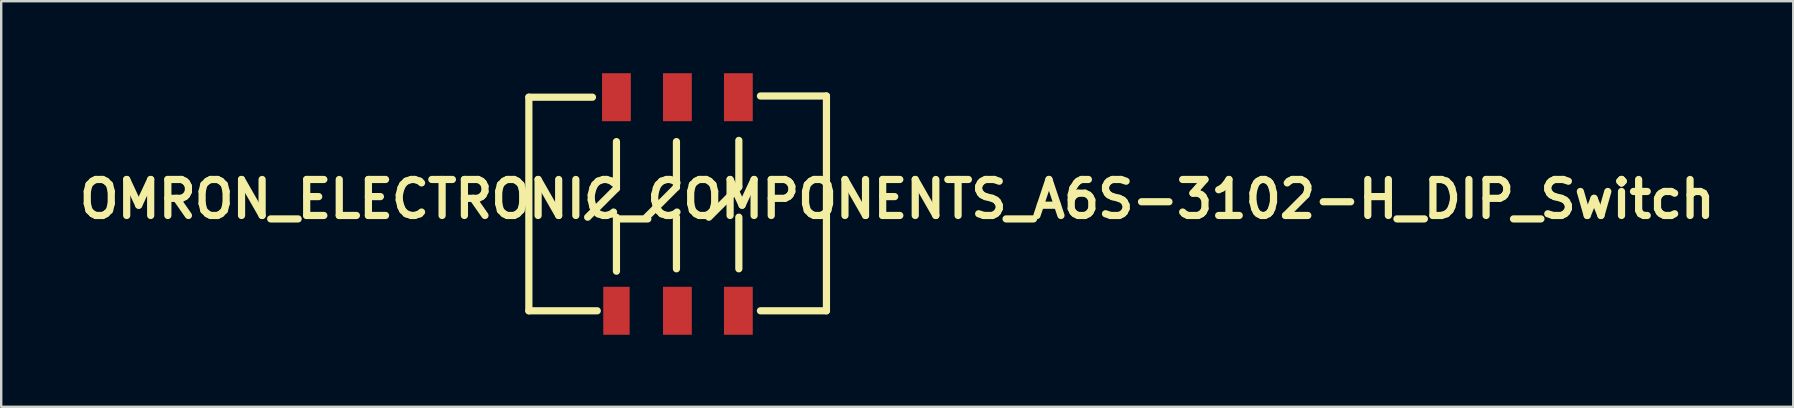
<source format=kicad_pcb>
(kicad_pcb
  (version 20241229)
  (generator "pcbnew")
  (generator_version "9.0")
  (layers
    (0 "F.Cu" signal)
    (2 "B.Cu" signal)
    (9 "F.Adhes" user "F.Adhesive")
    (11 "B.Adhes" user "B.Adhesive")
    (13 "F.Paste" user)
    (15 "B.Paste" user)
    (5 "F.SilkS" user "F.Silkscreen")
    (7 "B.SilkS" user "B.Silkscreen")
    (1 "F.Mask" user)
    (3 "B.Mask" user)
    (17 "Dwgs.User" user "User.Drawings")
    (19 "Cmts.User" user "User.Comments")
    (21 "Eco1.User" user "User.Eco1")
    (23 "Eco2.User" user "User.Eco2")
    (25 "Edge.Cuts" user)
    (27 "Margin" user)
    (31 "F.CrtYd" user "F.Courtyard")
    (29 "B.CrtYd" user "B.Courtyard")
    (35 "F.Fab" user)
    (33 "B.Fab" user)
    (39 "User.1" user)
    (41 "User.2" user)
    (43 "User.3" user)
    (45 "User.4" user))
  (footprint "OMRON_ELECTRONIC_COMPONENTS_A6S-3102-H_DIP_Switch"
    (layer "F.Cu")
    (at 22.636 9.9)
    (property "Reference" "OMRON_ELECTRONIC_COMPONENTS_A6S-3102-H_DIP_Switch" (at 11.7 -4.65 0) (layer "F.SilkS") (effects (font (size 1.5 1.5) (thickness 0.3))))
    (attr through_hole)
    (fp_line (start -3.65 -8.9) (end -3.65 0) (stroke (width 0.3) (type solid)) (layer "F.SilkS"))
    (fp_line (start -3.65 0) (end -0.8 0) (stroke (width 0.3) (type solid)) (layer "F.SilkS"))
    (fp_line (start -1 -8.9) (end -3.65 -8.9) (stroke (width 0.3) (type solid)) (layer "F.SilkS"))
    (fp_line (start 0 -7.05) (end 0 -5.1) (stroke (width 0.3) (type solid)) (layer "F.SilkS"))
    (fp_line (start 0 -5.1) (end -1.2 -3.9) (stroke (width 0.3) (type solid)) (layer "F.SilkS"))
    (fp_line (start 0 -3.9) (end 0 -1.65) (stroke (width 0.3) (type solid)) (layer "F.SilkS"))
    (fp_line (start 2.5 -7.05) (end 2.5 -5.15) (stroke (width 0.3) (type solid)) (layer "F.SilkS"))
    (fp_line (start 2.5 -5.15) (end 1.25 -3.9) (stroke (width 0.3) (type solid)) (layer "F.SilkS"))
    (fp_line (start 2.5 -3.9) (end 2.5 -1.75) (stroke (width 0.3) (type solid)) (layer "F.SilkS"))
    (fp_line (start 5.1 -7.1) (end 5.1 -5.2) (stroke (width 0.3) (type solid)) (layer "F.SilkS"))
    (fp_line (start 5.1 -5.15) (end 3.85 -3.9) (stroke (width 0.3) (type solid)) (layer "F.SilkS"))
    (fp_line (start 5.1 -3.9) (end 5.1 -1.75) (stroke (width 0.3) (type solid)) (layer "F.SilkS"))
    (fp_line (start 6 -8.95) (end 8.75 -8.95) (stroke (width 0.3) (type solid)) (layer "F.SilkS"))
    (fp_line (start 8.75 -8.95) (end 8.75 0) (stroke (width 0.3) (type solid)) (layer "F.SilkS"))
    (fp_line (start 8.75 0) (end 6 0) (stroke (width 0.3) (type solid)) (layer "F.SilkS"))
    (pad "1" smd rect (at 0 0) (size 1.1 2) (layers "F.Cu" "F.Mask" "F.Paste"))
    (pad "2" smd rect (at 2.54 0) (size 1.2 2) (layers "F.Cu" "F.Mask" "F.Paste"))
    (pad "3" smd rect (at 5.08 0) (size 1.2 2) (layers "F.Cu" "F.Mask" "F.Paste"))
    (pad "4" smd rect (at 5.08 -8.9) (size 1.2 2) (layers "F.Cu" "F.Mask" "F.Paste"))
    (pad "5" smd rect (at 2.54 -8.9) (size 1.2 2) (layers "F.Cu" "F.Mask" "F.Paste"))
    (pad "6" smd rect (at 0 -8.9) (size 1.2 2) (layers "F.Cu" "F.Mask" "F.Paste")))
  (gr_rect
    (start -3 -3)
    (end 71.671 13.9)
    (stroke (width 0.1) (type default))
    (fill no)
    (layer "Edge.Cuts")))
</source>
